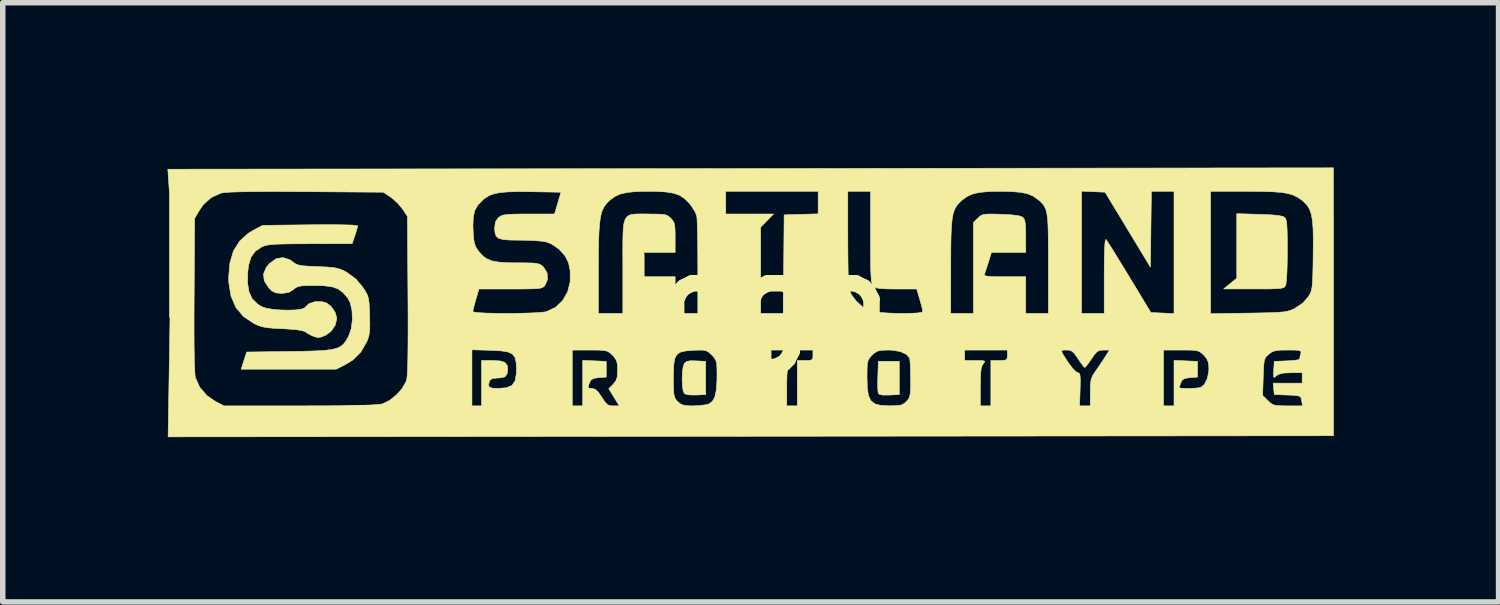
<source format=kicad_pcb>
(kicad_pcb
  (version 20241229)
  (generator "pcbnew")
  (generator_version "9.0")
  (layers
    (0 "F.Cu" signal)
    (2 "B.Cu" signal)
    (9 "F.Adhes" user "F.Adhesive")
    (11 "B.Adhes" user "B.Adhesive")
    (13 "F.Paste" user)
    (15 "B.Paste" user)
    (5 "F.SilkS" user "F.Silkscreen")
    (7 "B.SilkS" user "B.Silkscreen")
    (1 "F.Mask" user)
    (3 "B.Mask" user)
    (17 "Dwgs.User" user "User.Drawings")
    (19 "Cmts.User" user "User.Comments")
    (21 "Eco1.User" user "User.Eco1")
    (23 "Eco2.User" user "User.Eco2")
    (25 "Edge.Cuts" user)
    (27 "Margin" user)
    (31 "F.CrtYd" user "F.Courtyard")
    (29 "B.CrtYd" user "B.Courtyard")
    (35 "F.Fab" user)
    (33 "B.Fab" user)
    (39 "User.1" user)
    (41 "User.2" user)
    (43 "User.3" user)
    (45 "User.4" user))
  (footprint "logo"
    (layer "F.Cu")
    (at 10.637 2.433)
    (property "Reference" "logo" (at 0 0 0) (layer "F.SilkS") (effects (font (size 1.524 1.524) (thickness 0.3))))
    (attr through_hole)
    (fp_poly (pts (xy 2.683 1.699) (xy 2.5 1.708) (xy 2.384 1.709) (xy 2.321 1.695) (xy 2.3 1.674) (xy 2.293 1.623) (xy 2.29 1.527) (xy 2.291 1.404) (xy 2.293 1.363) (xy 2.302 1.095) (xy 2.683 1.095) (xy 2.683 1.699)) (stroke (width 0.01) (type solid)) (fill yes) (layer "F.SilkS"))
    (fp_poly (pts (xy -1.015 1.086) (xy -0.841 1.095) (xy -0.841 1.699) (xy -1.016 1.708) (xy -1.138 1.706) (xy -1.216 1.688) (xy -1.231 1.678) (xy -1.253 1.623) (xy -1.266 1.526) (xy -1.27 1.407) (xy -1.265 1.288) (xy -1.25 1.188) (xy -1.229 1.131) (xy -1.189 1.098) (xy -1.121 1.084) (xy -1.015 1.086)) (stroke (width 0.01) (type solid)) (fill yes) (layer "F.SilkS"))
    (fp_poly (pts (xy 9.234 -1.582) (xy 9.433 -1.574) (xy 9.573 -1.562) (xy 9.66 -1.545) (xy 9.695 -1.528) (xy 9.714 -1.505) (xy 9.728 -1.465) (xy 9.737 -1.399) (xy 9.743 -1.299) (xy 9.746 -1.155) (xy 9.747 -0.959) (xy 9.747 -0.915) (xy 9.745 -0.711) (xy 9.74 -0.536) (xy 9.732 -0.4) (xy 9.722 -0.311) (xy 9.714 -0.284) (xy 9.698 -0.261) (xy 9.672 -0.245) (xy 9.625 -0.234) (xy 9.549 -0.228) (xy 9.434 -0.224) (xy 9.271 -0.223) (xy 9.135 -0.223) (xy 8.588 -0.224) (xy 8.707 -0.322) (xy 8.826 -0.419) (xy 8.826 -1.593) (xy 9.234 -1.582)) (stroke (width 0.01) (type solid)) (fill yes) (layer "F.SilkS"))
    (fp_poly (pts (xy -8.415 -0.757) (xy -8.36 -0.718) (xy -8.315 -0.685) (xy -8.264 -0.662) (xy -8.193 -0.647) (xy -8.089 -0.638) (xy -7.937 -0.631) (xy -7.906 -0.63) (xy -7.742 -0.623) (xy -7.625 -0.613) (xy -7.537 -0.597) (xy -7.464 -0.571) (xy -7.386 -0.533) (xy -7.375 -0.526) (xy -7.207 -0.402) (xy -7.089 -0.262) (xy -7.036 -0.183) (xy -7.001 -0.118) (xy -6.98 -0.05) (xy -6.968 0.038) (xy -6.961 0.164) (xy -6.958 0.253) (xy -6.955 0.417) (xy -6.958 0.535) (xy -6.971 0.623) (xy -6.994 0.699) (xy -7.008 0.734) (xy -7.12 0.927) (xy -7.267 1.072) (xy -7.405 1.156) (xy -7.569 1.238) (xy -9.297 1.238) (xy -9.247 1.081) (xy -9.197 0.925) (xy -8.416 0.915) (xy -8.147 0.911) (xy -7.933 0.904) (xy -7.766 0.894) (xy -7.64 0.877) (xy -7.547 0.853) (xy -7.477 0.818) (xy -7.425 0.771) (xy -7.381 0.709) (xy -7.34 0.634) (xy -7.293 0.498) (xy -7.273 0.337) (xy -7.279 0.175) (xy -7.31 0.031) (xy -7.354 -0.054) (xy -7.439 -0.154) (xy -7.53 -0.222) (xy -7.641 -0.262) (xy -7.787 -0.281) (xy -7.948 -0.286) (xy -8.097 -0.284) (xy -8.197 -0.279) (xy -8.262 -0.266) (xy -8.309 -0.243) (xy -8.343 -0.214) (xy -8.426 -0.162) (xy -8.539 -0.143) (xy -8.562 -0.143) (xy -8.663 -0.151) (xy -8.734 -0.185) (xy -8.797 -0.247) (xy -8.876 -0.37) (xy -8.891 -0.492) (xy -8.842 -0.613) (xy -8.782 -0.686) (xy -8.662 -0.772) (xy -8.538 -0.795) (xy -8.415 -0.757)) (stroke (width 0.01) (type solid)) (fill yes) (layer "F.SilkS"))
    (fp_poly (pts (xy -7.591 -1.393) (xy -7.416 -1.39) (xy -7.284 -1.386) (xy -7.201 -1.38) (xy -7.176 -1.373) (xy -7.185 -1.329) (xy -7.209 -1.247) (xy -7.226 -1.196) (xy -7.277 -1.048) (xy -8.044 -1.046) (xy -8.292 -1.045) (xy -8.484 -1.043) (xy -8.63 -1.039) (xy -8.738 -1.032) (xy -8.816 -1.022) (xy -8.872 -1.009) (xy -8.916 -0.992) (xy -8.919 -0.991) (xy -9.038 -0.911) (xy -9.116 -0.805) (xy -9.161 -0.659) (xy -9.176 -0.54) (xy -9.18 -0.33) (xy -9.154 -0.168) (xy -9.095 -0.043) (xy -8.997 0.053) (xy -8.921 0.1) (xy -8.841 0.127) (xy -8.724 0.147) (xy -8.587 0.159) (xy -8.445 0.163) (xy -8.313 0.159) (xy -8.209 0.146) (xy -8.146 0.125) (xy -8.138 0.116) (xy -8.062 0.045) (xy -7.951 0.008) (xy -7.826 0.008) (xy -7.738 0.034) (xy -7.655 0.1) (xy -7.588 0.199) (xy -7.557 0.303) (xy -7.556 0.316) (xy -7.585 0.436) (xy -7.658 0.545) (xy -7.76 0.62) (xy -7.764 0.622) (xy -7.847 0.654) (xy -7.902 0.662) (xy -7.962 0.646) (xy -8 0.631) (xy -8.08 0.591) (xy -8.127 0.558) (xy -8.189 0.534) (xy -8.312 0.516) (xy -8.497 0.503) (xy -8.541 0.501) (xy -8.709 0.493) (xy -8.831 0.481) (xy -8.923 0.463) (xy -9.003 0.435) (xy -9.069 0.403) (xy -9.257 0.276) (xy -9.394 0.112) (xy -9.482 -0.092) (xy -9.522 -0.336) (xy -9.525 -0.429) (xy -9.503 -0.693) (xy -9.438 -0.913) (xy -9.326 -1.093) (xy -9.166 -1.237) (xy -9.069 -1.295) (xy -8.906 -1.381) (xy -8.041 -1.391) (xy -7.802 -1.393) (xy -7.591 -1.393)) (stroke (width 0.01) (type solid)) (fill yes) (layer "F.SilkS"))
    (fp_poly (pts (xy 10.582 2.449) (xy -10.627 2.469) (xy -10.59 0.178) (xy -10.155 0.256) (xy -10.155 0.582) (xy -10.153 0.858) (xy -10.149 1.081) (xy -10.143 1.247) (xy -10.136 1.354) (xy -10.13 1.391) (xy -10.051 1.566) (xy -9.922 1.717) (xy -9.765 1.825) (xy -9.608 1.905) (xy -8.229 1.905) (xy -5.096 1.905) (xy -4.921 1.905) (xy -4.921 1.079) (xy -4.721 1.079) (xy -4.583 1.087) (xy -4.497 1.113) (xy -4.455 1.163) (xy -4.445 1.226) (xy -4.456 1.325) (xy -4.498 1.378) (xy -4.584 1.396) (xy -4.62 1.397) (xy -4.722 1.407) (xy -4.771 1.439) (xy -4.775 1.447) (xy -4.795 1.521) (xy -4.78 1.564) (xy -4.72 1.583) (xy -4.614 1.587) (xy -4.466 1.575) (xy -4.368 1.533) (xy -4.311 1.451) (xy -4.288 1.322) (xy -4.286 1.252) (xy -4.291 1.118) (xy -4.312 1.024) (xy -4.359 0.961) (xy -4.44 0.924) (xy -4.566 0.904) (xy -4.746 0.895) (xy -4.752 0.894) (xy -4.926 0.889) (xy -3.27 0.889) (xy -3.27 1.905) (xy -3.08 1.905) (xy -3.08 1.077) (xy -2.865 1.086) (xy -2.651 1.095) (xy -2.651 1.381) (xy -2.788 1.391) (xy -2.88 1.405) (xy -2.93 1.436) (xy -2.954 1.48) (xy -2.979 1.551) (xy -2.973 1.581) (xy -2.929 1.587) (xy -2.908 1.587) (xy -2.851 1.604) (xy -2.793 1.659) (xy -2.734 1.746) (xy -2.673 1.837) (xy -2.625 1.885) (xy -2.571 1.903) (xy -2.525 1.905) (xy -2.414 1.905) (xy -2.606 1.593) (xy -2.525 1.512) (xy -2.477 1.452) (xy -2.459 1.402) (xy -1.429 1.402) (xy -1.428 1.556) (xy -1.423 1.661) (xy -1.413 1.729) (xy -1.394 1.776) (xy -1.364 1.814) (xy -1.351 1.827) (xy -1.298 1.871) (xy -1.235 1.895) (xy -1.143 1.904) (xy -1.067 1.905) (xy -0.945 1.899) (xy -0.839 1.885) (xy -0.781 1.869) (xy -0.718 1.822) (xy -0.674 1.741) (xy -0.648 1.619) (xy -0.636 1.447) (xy -0.635 1.358) (xy -0.636 1.222) (xy -0.642 1.132) (xy -0.658 1.072) (xy -0.687 1.026) (xy -0.731 0.978) (xy -0.784 0.93) (xy -0.832 0.902) (xy -0.894 0.89) (xy -0.99 0.891) (xy -1.068 0.894) (xy -1.205 0.905) (xy -1.303 0.928) (xy -1.367 0.972) (xy -1.405 1.047) (xy -1.423 1.163) (xy -1.428 1.33) (xy -1.429 1.402) (xy -2.459 1.402) (xy -2.452 1.381) (xy -2.445 1.276) (xy -2.445 1.253) (xy -2.449 1.142) (xy -2.47 1.069) (xy -2.514 1.007) (xy -2.538 0.982) (xy -2.583 0.94) (xy -2.626 0.913) (xy -2.683 0.898) (xy -2.768 0.891) (xy -2.897 0.889) (xy -2.95 0.889) (xy 0.349 0.889) (xy 0.349 1.079) (xy 0.545 1.079) (xy 0.65 1.081) (xy 0.703 1.087) (xy 0.714 1.103) (xy 0.692 1.132) (xy 0.688 1.138) (xy 0.663 1.177) (xy 0.648 1.238) (xy 0.639 1.334) (xy 0.635 1.477) (xy 0.635 1.55) (xy 0.635 1.905) (xy 0.826 1.905) (xy 0.826 1.381) (xy 2.095 1.381) (xy 2.101 1.575) (xy 2.121 1.715) (xy 2.164 1.809) (xy 2.235 1.867) (xy 2.341 1.895) (xy 2.49 1.904) (xy 2.502 1.904) (xy 2.627 1.902) (xy 2.708 1.892) (xy 2.763 1.868) (xy 2.811 1.827) (xy 2.846 1.788) (xy 2.869 1.744) (xy 2.882 1.683) (xy 2.888 1.588) (xy 2.889 1.448) (xy 2.889 1.417) (xy 2.887 1.273) (xy 2.883 1.15) (xy 2.875 1.064) (xy 2.87 1.033) (xy 2.811 0.966) (xy 2.703 0.917) (xy 2.554 0.892) (xy 2.476 0.889) (xy 3.873 0.889) (xy 3.873 1.079) (xy 4.069 1.079) (xy 4.175 1.081) (xy 4.227 1.087) (xy 4.238 1.103) (xy 4.217 1.132) (xy 4.212 1.138) (xy 4.188 1.177) (xy 4.172 1.238) (xy 4.163 1.334) (xy 4.16 1.477) (xy 4.159 1.55) (xy 4.159 1.905) (xy 4.35 1.905) (xy 4.35 1.079) (xy 4.501 1.079) (xy 4.592 1.077) (xy 4.636 1.063) (xy 4.65 1.026) (xy 4.651 0.984) (xy 4.651 0.927) (xy 5.642 0.927) (xy 5.672 0.983) (xy 5.734 1.078) (xy 5.772 1.135) (xy 5.838 1.222) (xy 5.898 1.282) (xy 5.935 1.302) (xy 5.958 1.31) (xy 5.972 1.342) (xy 5.978 1.409) (xy 5.977 1.523) (xy 5.975 1.603) (xy 5.965 1.905) (xy 6.16 1.905) (xy 6.16 1.656) (xy 6.162 1.524) (xy 6.173 1.434) (xy 6.197 1.365) (xy 6.24 1.296) (xy 6.25 1.281) (xy 6.327 1.171) (xy 6.406 1.052) (xy 6.425 1.022) (xy 6.51 0.889) (xy 7.493 0.889) (xy 7.493 1.905) (xy 7.684 1.905) (xy 7.684 1.714) (xy 9.297 1.714) (xy 9.393 1.809) (xy 9.443 1.856) (xy 9.492 1.885) (xy 9.556 1.899) (xy 9.652 1.904) (xy 9.755 1.905) (xy 10.022 1.905) (xy 10.008 1.811) (xy 9.999 1.764) (xy 9.979 1.735) (xy 9.935 1.72) (xy 9.852 1.712) (xy 9.752 1.708) (xy 9.509 1.699) (xy 9.499 1.595) (xy 9.489 1.492) (xy 10.017 1.492) (xy 10.017 1.302) (xy 9.813 1.302) (xy 9.677 1.308) (xy 9.59 1.33) (xy 9.549 1.356) (xy 9.514 1.385) (xy 9.498 1.379) (xy 9.495 1.328) (xy 9.499 1.253) (xy 9.509 1.095) (xy 9.739 1.086) (xy 9.851 1.079) (xy 9.933 1.068) (xy 9.969 1.056) (xy 9.97 1.054) (xy 9.978 1.009) (xy 9.99 0.96) (xy 9.996 0.925) (xy 9.984 0.904) (xy 9.943 0.893) (xy 9.859 0.889) (xy 9.753 0.889) (xy 9.619 0.891) (xy 9.531 0.901) (xy 9.469 0.922) (xy 9.416 0.958) (xy 9.408 0.966) (xy 9.368 1.003) (xy 9.342 1.043) (xy 9.325 1.098) (xy 9.316 1.184) (xy 9.31 1.314) (xy 9.308 1.378) (xy 9.297 1.714) (xy 7.684 1.714) (xy 7.684 1.077) (xy 7.898 1.086) (xy 8.112 1.095) (xy 8.112 1.381) (xy 7.976 1.391) (xy 7.883 1.405) (xy 7.833 1.436) (xy 7.809 1.48) (xy 7.787 1.544) (xy 7.779 1.574) (xy 7.807 1.583) (xy 7.878 1.587) (xy 7.972 1.587) (xy 8.067 1.583) (xy 8.144 1.575) (xy 8.174 1.568) (xy 8.239 1.512) (xy 8.289 1.411) (xy 8.316 1.282) (xy 8.319 1.222) (xy 8.31 1.115) (xy 8.274 1.037) (xy 8.226 0.982) (xy 8.181 0.94) (xy 8.137 0.913) (xy 8.081 0.898) (xy 7.995 0.891) (xy 7.867 0.889) (xy 7.813 0.889) (xy 7.493 0.889) (xy 6.51 0.889) (xy 6.398 0.889) (xy 6.331 0.895) (xy 6.279 0.923) (xy 6.226 0.985) (xy 6.184 1.047) (xy 6.125 1.131) (xy 6.08 1.189) (xy 6.06 1.206) (xy 6.033 1.182) (xy 5.985 1.118) (xy 5.937 1.048) (xy 5.875 0.957) (xy 5.824 0.909) (xy 5.769 0.891) (xy 5.726 0.889) (xy 5.671 0.89) (xy 5.642 0.899) (xy 5.642 0.927) (xy 4.651 0.927) (xy 4.651 0.889) (xy 3.873 0.889) (xy 2.476 0.889) (xy 2.361 0.893) (xy 2.287 0.909) (xy 2.228 0.944) (xy 2.188 0.982) (xy 2.145 1.028) (xy 2.118 1.072) (xy 2.103 1.131) (xy 2.097 1.219) (xy 2.096 1.352) (xy 2.095 1.381) (xy 0.826 1.381) (xy 0.826 1.079) (xy 0.968 1.079) (xy 1.056 1.077) (xy 1.098 1.061) (xy 1.11 1.02) (xy 1.111 0.984) (xy 1.111 0.889) (xy 0.349 0.889) (xy -2.95 0.889) (xy -3.27 0.889) (xy -4.926 0.889) (xy -5.096 0.884) (xy -5.096 1.905) (xy -8.229 1.905) (xy -7.856 1.904) (xy -7.543 1.903) (xy -7.286 1.899) (xy -7.081 1.895) (xy -6.923 1.888) (xy -6.811 1.88) (xy -6.738 1.871) (xy -6.719 1.866) (xy -6.592 1.804) (xy -6.466 1.702) (xy -6.36 1.58) (xy -6.292 1.455) (xy -6.287 1.44) (xy -6.277 1.379) (xy -6.27 1.268) (xy -6.264 1.105) (xy -6.261 0.887) (xy -6.259 0.612) (xy -6.259 0.278) (xy -6.259 0.227) (xy 8.35 0.227) (xy 9.041 0.217) (xy 9.269 0.213) (xy 9.444 0.209) (xy 9.575 0.203) (xy 9.672 0.195) (xy 9.744 0.183) (xy 9.801 0.167) (xy 9.854 0.146) (xy 9.884 0.131) (xy 10.03 0.032) (xy 10.122 -0.073) (xy 10.151 -0.118) (xy 10.173 -0.161) (xy 10.188 -0.211) (xy 10.199 -0.278) (xy 10.206 -0.373) (xy 10.211 -0.504) (xy 10.215 -0.682) (xy 10.217 -0.846) (xy 10.219 -1.104) (xy 10.216 -1.307) (xy 10.204 -1.464) (xy 10.183 -1.585) (xy 10.15 -1.677) (xy 10.104 -1.751) (xy 10.042 -1.813) (xy 9.997 -1.85) (xy 9.926 -1.897) (xy 9.848 -1.934) (xy 9.755 -1.961) (xy 9.637 -1.98) (xy 9.485 -1.992) (xy 9.29 -1.998) (xy 9.042 -2) (xy 8.993 -2) (xy 8.35 -2) (xy 8.35 0.227) (xy -6.259 0.227) (xy -6.259 0.189) (xy -5.08 0.189) (xy -5.05 0.2) (xy -4.968 0.209) (xy -4.845 0.216) (xy -4.692 0.22) (xy -4.52 0.222) (xy -4.341 0.222) (xy -4.166 0.219) (xy -4.005 0.213) (xy -3.871 0.206) (xy -3.774 0.196) (xy -3.74 0.189) (xy -3.575 0.113) (xy -3.446 -0.01) (xy -3.355 -0.169) (xy -3.308 -0.354) (xy -3.308 -0.557) (xy -3.317 -0.597) (xy -2.794 -0.597) (xy -2.794 0.222) (xy -2.349 0.222) (xy -2.349 -0.633) (xy -2.35 -0.905) (xy -2.349 -1.12) (xy -2.344 -1.284) (xy -2.332 -1.405) (xy -2.308 -1.489) (xy -2.27 -1.543) (xy -2.215 -1.573) (xy -2.139 -1.586) (xy -2.038 -1.589) (xy -1.911 -1.588) (xy -1.881 -1.587) (xy -1.731 -1.586) (xy -1.631 -1.581) (xy -1.565 -1.57) (xy -1.52 -1.548) (xy -1.48 -1.515) (xy -1.475 -1.51) (xy -1.437 -1.465) (xy -1.413 -1.415) (xy -1.401 -1.344) (xy -1.397 -1.233) (xy -1.397 -1.16) (xy -1.397 -0.889) (xy -2.054 -0.889) (xy -2.119 -0.667) (xy -2.183 -0.445) (xy -1.397 -0.445) (xy -1.397 0.222) (xy -0.984 0.222) (xy -0.984 -0.615) (xy -0.985 -0.845) (xy -0.987 -1.058) (xy -0.99 -1.245) (xy -0.994 -1.397) (xy -0.999 -1.503) (xy -1.004 -1.552) (xy -1.036 -1.631) (xy -1.098 -1.729) (xy -1.146 -1.79) (xy -1.228 -1.87) (xy -1.317 -1.928) (xy -1.426 -1.966) (xy -1.567 -1.989) (xy -1.751 -1.999) (xy -1.895 -2) (xy -2.108 -1.996) (xy -2.27 -1.98) (xy -2.395 -1.951) (xy -2.496 -1.905) (xy -2.585 -1.839) (xy -2.588 -1.837) (xy -2.645 -1.781) (xy -2.69 -1.72) (xy -2.726 -1.646) (xy -2.752 -1.551) (xy -2.771 -1.428) (xy -2.783 -1.269) (xy -2.79 -1.067) (xy -2.793 -0.815) (xy -2.794 -0.597) (xy -3.317 -0.597) (xy -3.339 -0.704) (xy -3.404 -0.83) (xy -3.512 -0.948) (xy -3.644 -1.04) (xy -3.736 -1.077) (xy -3.817 -1.091) (xy -3.943 -1.102) (xy -4.096 -1.109) (xy -4.227 -1.111) (xy -4.405 -1.113) (xy -4.53 -1.123) (xy -4.611 -1.146) (xy -4.656 -1.186) (xy -4.677 -1.247) (xy -4.682 -1.336) (xy -4.682 -1.341) (xy -4.668 -1.445) (xy -4.62 -1.516) (xy -4.607 -1.527) (xy -4.571 -1.551) (xy -4.525 -1.568) (xy -4.455 -1.578) (xy -4.353 -1.584) (xy -4.207 -1.587) (xy -4.063 -1.587) (xy -3.593 -1.587) (xy -3.534 -1.786) (xy -3.475 -1.984) (xy -4.009 -1.993) (xy -4.251 -1.995) (xy -4.439 -1.99) (xy -4.584 -1.978) (xy -4.696 -1.956) (xy -4.784 -1.922) (xy -4.86 -1.875) (xy -4.902 -1.84) (xy -4.988 -1.751) (xy -5.043 -1.655) (xy -5.071 -1.536) (xy -5.078 -1.378) (xy -5.075 -1.293) (xy -5.067 -1.153) (xy -5.052 -1.058) (xy -5.026 -0.988) (xy -4.985 -0.923) (xy -4.979 -0.915) (xy -4.907 -0.832) (xy -4.828 -0.773) (xy -4.732 -0.734) (xy -4.604 -0.711) (xy -4.435 -0.7) (xy -4.272 -0.699) (xy -4.105 -0.698) (xy -3.989 -0.695) (xy -3.912 -0.687) (xy -3.861 -0.672) (xy -3.823 -0.649) (xy -3.793 -0.621) (xy -3.728 -0.515) (xy -3.72 -0.397) (xy -3.764 -0.293) (xy -3.784 -0.268) (xy -3.81 -0.25) (xy -3.851 -0.237) (xy -3.916 -0.229) (xy -4.016 -0.225) (xy -4.159 -0.223) (xy -4.354 -0.222) (xy -4.391 -0.222) (xy -4.969 -0.222) (xy -5.024 -0.033) (xy -5.054 0.072) (xy -5.074 0.153) (xy -5.08 0.189) (xy -6.259 0.189) (xy -6.261 -0.113) (xy -6.271 -1.545) (xy -6.358 -1.677) (xy -6.442 -1.779) (xy -6.546 -1.874) (xy -6.578 -1.897) (xy -6.71 -1.984) (xy -8.126 -1.994) (xy -8.513 -1.996) (xy -8.84 -1.996) (xy -9.108 -1.995) (xy -9.322 -1.991) (xy -9.483 -1.986) (xy -9.595 -1.978) (xy -9.66 -1.969) (xy -9.665 -1.967) (xy -9.843 -1.887) (xy -9.986 -1.758) (xy -10.06 -1.651) (xy -10.144 -1.508) (xy -10.153 -0.119) (xy -10.155 0.256) (xy -10.602 0.295) (xy -10.602 -1.961) (xy -0.476 -2) (xy -0.476 -1.587) (xy 0.394 -1.587) (xy 0.276 -1.467) (xy 0.159 -1.347) (xy 0.159 0.222) (xy 0.571 0.222) (xy 0.579 -0.675) (xy 0.587 -1.572) (xy 0.897 -1.581) (xy 1.206 -1.59) (xy 1.206 -2) (xy 1.746 -2) (xy 1.746 -1.163) (xy 1.747 -0.933) (xy 1.749 -0.72) (xy 1.752 -0.532) (xy 1.756 -0.381) (xy 1.761 -0.274) (xy 1.766 -0.226) (xy 1.812 -0.117) (xy 1.899 -0.003) (xy 2.009 0.098) (xy 2.125 0.168) (xy 2.143 0.175) (xy 2.219 0.192) (xy 2.334 0.205) (xy 2.474 0.215) (xy 2.625 0.221) (xy 2.776 0.222) (xy 2.787 0.222) (xy 3.619 0.222) (xy 4.032 0.222) (xy 4.032 -1.432) (xy 4.113 -1.512) (xy 4.152 -1.548) (xy 4.191 -1.571) (xy 4.246 -1.583) (xy 4.33 -1.587) (xy 4.456 -1.585) (xy 4.537 -1.582) (xy 4.729 -1.572) (xy 4.859 -1.555) (xy 4.929 -1.531) (xy 4.932 -1.528) (xy 4.958 -1.494) (xy 4.974 -1.434) (xy 4.982 -1.336) (xy 4.985 -1.188) (xy 4.985 -1.187) (xy 4.985 -0.889) (xy 4.361 -0.889) (xy 4.304 -0.706) (xy 4.27 -0.602) (xy 4.243 -0.519) (xy 4.231 -0.484) (xy 4.239 -0.467) (xy 4.285 -0.455) (xy 4.376 -0.448) (xy 4.519 -0.445) (xy 4.6 -0.445) (xy 4.985 -0.445) (xy 4.985 0.222) (xy 5.397 0.222) (xy 6.001 0.222) (xy 6.413 0.222) (xy 6.413 -0.467) (xy 6.415 -0.723) (xy 6.419 -0.916) (xy 6.426 -1.047) (xy 6.436 -1.115) (xy 6.445 -1.124) (xy 6.47 -1.089) (xy 6.523 -1.007) (xy 6.598 -0.887) (xy 6.691 -0.736) (xy 6.797 -0.563) (xy 6.87 -0.443) (xy 7.263 0.206) (xy 7.684 0.225) (xy 7.684 -2) (xy 7.272 -2) (xy 7.263 -1.31) (xy 7.255 -0.62) (xy 6.429 -1.984) (xy 6.215 -1.994) (xy 6.001 -2.003) (xy 6.001 0.222) (xy 5.397 0.222) (xy 5.397 -0.684) (xy 5.397 -0.964) (xy 5.395 -1.188) (xy 5.391 -1.363) (xy 5.383 -1.498) (xy 5.369 -1.6) (xy 5.349 -1.676) (xy 5.322 -1.733) (xy 5.286 -1.78) (xy 5.24 -1.825) (xy 5.207 -1.852) (xy 5.12 -1.913) (xy 5.018 -1.956) (xy 4.89 -1.982) (xy 4.722 -1.996) (xy 4.524 -2) (xy 4.311 -1.996) (xy 4.148 -1.981) (xy 4.022 -1.953) (xy 3.922 -1.909) (xy 3.838 -1.85) (xy 3.778 -1.796) (xy 3.73 -1.741) (xy 3.693 -1.678) (xy 3.665 -1.6) (xy 3.646 -1.497) (xy 3.633 -1.363) (xy 3.625 -1.191) (xy 3.621 -0.971) (xy 3.62 -0.697) (xy 3.62 -0.643) (xy 3.619 0.222) (xy 2.787 0.222) (xy 2.913 0.22) (xy 3.023 0.213) (xy 3.093 0.202) (xy 3.111 0.189) (xy 3.103 0.143) (xy 3.081 0.056) (xy 3.056 -0.033) (xy 3 -0.222) (xy 2.63 -0.222) (xy 2.46 -0.224) (xy 2.343 -0.23) (xy 2.268 -0.242) (xy 2.222 -0.261) (xy 2.209 -0.272) (xy 2.194 -0.295) (xy 2.182 -0.334) (xy 2.173 -0.396) (xy 2.167 -0.489) (xy 2.162 -0.62) (xy 2.16 -0.797) (xy 2.159 -1.026) (xy 2.159 -1.161) (xy 2.159 -2) (xy 1.746 -2) (xy 1.206 -2) (xy -0.476 -2) (xy -10.602 -1.961) (xy -10.632 -2.403) (xy 10.586 -2.428) (xy 10.587 2.454)) (stroke (width 0.01) (type solid)) (fill yes) (layer "F.SilkS")))
  (gr_rect
    (start -3 -3)
    (end 24.229 7.907)
    (stroke (width 0.1) (type default))
    (fill no)
    (layer "Edge.Cuts")))
</source>
